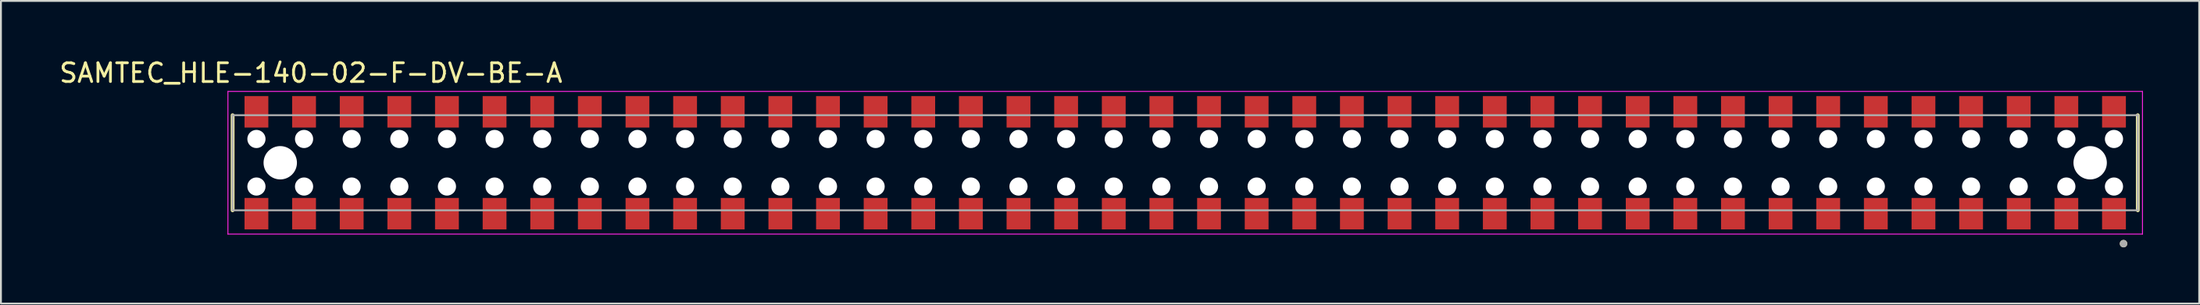
<source format=kicad_pcb>
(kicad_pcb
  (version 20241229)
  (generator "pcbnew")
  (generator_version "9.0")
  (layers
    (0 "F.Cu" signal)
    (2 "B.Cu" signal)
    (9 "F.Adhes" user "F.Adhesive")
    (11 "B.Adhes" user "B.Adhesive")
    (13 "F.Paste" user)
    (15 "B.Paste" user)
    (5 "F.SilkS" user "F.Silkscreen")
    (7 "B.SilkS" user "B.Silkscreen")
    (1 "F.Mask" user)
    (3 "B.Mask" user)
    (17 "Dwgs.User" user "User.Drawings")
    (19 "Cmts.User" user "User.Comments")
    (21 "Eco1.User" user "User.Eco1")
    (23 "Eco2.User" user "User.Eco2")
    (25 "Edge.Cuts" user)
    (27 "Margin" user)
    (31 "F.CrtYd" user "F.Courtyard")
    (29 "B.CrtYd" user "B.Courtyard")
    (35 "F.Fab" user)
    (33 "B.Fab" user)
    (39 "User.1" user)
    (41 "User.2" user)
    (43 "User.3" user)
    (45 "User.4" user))
  (footprint "SAMTEC_HLE-140-02-F-DV-BE-A"
    (layer "F.Cu")
    (at 60.155 5.643)
    (property "Reference" "SAMTEC_HLE-140-02-F-DV-BE-A" (at -46.625 -4.795 0) (layer "F.SilkS") (effects (font (size 1 1) (thickness 0.15))))
    (attr through_hole)
    (fp_line (start -50.8 2.54) (end -50.8 -2.54) (stroke (width 0.2) (type solid)) (layer "F.SilkS"))
    (fp_line (start 50.8 2.54) (end 50.8 -2.54) (stroke (width 0.2) (type solid)) (layer "F.SilkS"))
    (fp_circle (center 50.04 4.32) (end 50.14 4.32) (stroke (width 0.2) (type solid)) (fill no) (layer "F.SilkS"))
    (fp_line (start -51.05 -3.81) (end 51.05 -3.81) (stroke (width 0.05) (type solid)) (layer "F.CrtYd"))
    (fp_line (start -51.05 3.81) (end -51.05 -3.81) (stroke (width 0.05) (type solid)) (layer "F.CrtYd"))
    (fp_line (start 51.05 -3.81) (end 51.05 3.81) (stroke (width 0.05) (type solid)) (layer "F.CrtYd"))
    (fp_line (start 51.05 3.81) (end -51.05 3.81) (stroke (width 0.05) (type solid)) (layer "F.CrtYd"))
    (fp_line (start -50.8 -2.54) (end 50.8 -2.54) (stroke (width 0.1) (type solid)) (layer "F.Fab"))
    (fp_line (start -50.8 2.54) (end -50.8 -2.54) (stroke (width 0.1) (type solid)) (layer "F.Fab"))
    (fp_line (start 50.8 -2.54) (end 50.8 2.54) (stroke (width 0.1) (type solid)) (layer "F.Fab"))
    (fp_line (start 50.8 2.54) (end -50.8 2.54) (stroke (width 0.1) (type solid)) (layer "F.Fab"))
    (fp_circle (center 50.04 4.32) (end 50.14 4.32) (stroke (width 0.2) (type solid)) (fill no) (layer "F.Fab"))
    (pad "" np_thru_hole circle (at -49.53 -1.27) (size 0.97 0.97) (drill 0.97) (layers "*.Cu" "*.Mask"))
    (pad "" np_thru_hole circle (at -49.53 1.27) (size 0.97 0.97) (drill 0.97) (layers "*.Cu" "*.Mask"))
    (pad "" np_thru_hole circle (at -48.26 0) (size 1.78 1.78) (drill 1.78) (layers "*.Cu" "*.Mask"))
    (pad "" np_thru_hole circle (at -46.99 -1.27) (size 0.97 0.97) (drill 0.97) (layers "*.Cu" "*.Mask"))
    (pad "" np_thru_hole circle (at -46.99 1.27) (size 0.97 0.97) (drill 0.97) (layers "*.Cu" "*.Mask"))
    (pad "" np_thru_hole circle (at -44.45 -1.27) (size 0.97 0.97) (drill 0.97) (layers "*.Cu" "*.Mask"))
    (pad "" np_thru_hole circle (at -44.45 1.27) (size 0.97 0.97) (drill 0.97) (layers "*.Cu" "*.Mask"))
    (pad "" np_thru_hole circle (at -41.91 -1.27) (size 0.97 0.97) (drill 0.97) (layers "*.Cu" "*.Mask"))
    (pad "" np_thru_hole circle (at -41.91 1.27) (size 0.97 0.97) (drill 0.97) (layers "*.Cu" "*.Mask"))
    (pad "" np_thru_hole circle (at -39.37 -1.27) (size 0.97 0.97) (drill 0.97) (layers "*.Cu" "*.Mask"))
    (pad "" np_thru_hole circle (at -39.37 1.27) (size 0.97 0.97) (drill 0.97) (layers "*.Cu" "*.Mask"))
    (pad "" np_thru_hole circle (at -36.83 -1.27) (size 0.97 0.97) (drill 0.97) (layers "*.Cu" "*.Mask"))
    (pad "" np_thru_hole circle (at -36.83 1.27) (size 0.97 0.97) (drill 0.97) (layers "*.Cu" "*.Mask"))
    (pad "" np_thru_hole circle (at -34.29 -1.27) (size 0.97 0.97) (drill 0.97) (layers "*.Cu" "*.Mask"))
    (pad "" np_thru_hole circle (at -34.29 1.27) (size 0.97 0.97) (drill 0.97) (layers "*.Cu" "*.Mask"))
    (pad "" np_thru_hole circle (at -31.75 -1.27) (size 0.97 0.97) (drill 0.97) (layers "*.Cu" "*.Mask"))
    (pad "" np_thru_hole circle (at -31.75 1.27) (size 0.97 0.97) (drill 0.97) (layers "*.Cu" "*.Mask"))
    (pad "" np_thru_hole circle (at -29.21 -1.27) (size 0.97 0.97) (drill 0.97) (layers "*.Cu" "*.Mask"))
    (pad "" np_thru_hole circle (at -29.21 1.27) (size 0.97 0.97) (drill 0.97) (layers "*.Cu" "*.Mask"))
    (pad "" np_thru_hole circle (at -26.67 -1.27) (size 0.97 0.97) (drill 0.97) (layers "*.Cu" "*.Mask"))
    (pad "" np_thru_hole circle (at -26.67 1.27) (size 0.97 0.97) (drill 0.97) (layers "*.Cu" "*.Mask"))
    (pad "" np_thru_hole circle (at -24.13 -1.27) (size 0.97 0.97) (drill 0.97) (layers "*.Cu" "*.Mask"))
    (pad "" np_thru_hole circle (at -24.13 1.27) (size 0.97 0.97) (drill 0.97) (layers "*.Cu" "*.Mask"))
    (pad "" np_thru_hole circle (at -21.59 -1.27) (size 0.97 0.97) (drill 0.97) (layers "*.Cu" "*.Mask"))
    (pad "" np_thru_hole circle (at -21.59 1.27) (size 0.97 0.97) (drill 0.97) (layers "*.Cu" "*.Mask"))
    (pad "" np_thru_hole circle (at -19.05 -1.27) (size 0.97 0.97) (drill 0.97) (layers "*.Cu" "*.Mask"))
    (pad "" np_thru_hole circle (at -19.05 1.27) (size 0.97 0.97) (drill 0.97) (layers "*.Cu" "*.Mask"))
    (pad "" np_thru_hole circle (at -16.51 -1.27) (size 0.97 0.97) (drill 0.97) (layers "*.Cu" "*.Mask"))
    (pad "" np_thru_hole circle (at -16.51 1.27) (size 0.97 0.97) (drill 0.97) (layers "*.Cu" "*.Mask"))
    (pad "" np_thru_hole circle (at -13.97 -1.27) (size 0.97 0.97) (drill 0.97) (layers "*.Cu" "*.Mask"))
    (pad "" np_thru_hole circle (at -13.97 1.27) (size 0.97 0.97) (drill 0.97) (layers "*.Cu" "*.Mask"))
    (pad "" np_thru_hole circle (at -11.43 -1.27) (size 0.97 0.97) (drill 0.97) (layers "*.Cu" "*.Mask"))
    (pad "" np_thru_hole circle (at -11.43 1.27) (size 0.97 0.97) (drill 0.97) (layers "*.Cu" "*.Mask"))
    (pad "" np_thru_hole circle (at -8.89 -1.27) (size 0.97 0.97) (drill 0.97) (layers "*.Cu" "*.Mask"))
    (pad "" np_thru_hole circle (at -8.89 1.27) (size 0.97 0.97) (drill 0.97) (layers "*.Cu" "*.Mask"))
    (pad "" np_thru_hole circle (at -6.35 -1.27) (size 0.97 0.97) (drill 0.97) (layers "*.Cu" "*.Mask"))
    (pad "" np_thru_hole circle (at -6.35 1.27) (size 0.97 0.97) (drill 0.97) (layers "*.Cu" "*.Mask"))
    (pad "" np_thru_hole circle (at -3.81 -1.27) (size 0.97 0.97) (drill 0.97) (layers "*.Cu" "*.Mask"))
    (pad "" np_thru_hole circle (at -3.81 1.27) (size 0.97 0.97) (drill 0.97) (layers "*.Cu" "*.Mask"))
    (pad "" np_thru_hole circle (at -1.27 -1.27) (size 0.97 0.97) (drill 0.97) (layers "*.Cu" "*.Mask"))
    (pad "" np_thru_hole circle (at -1.27 1.27) (size 0.97 0.97) (drill 0.97) (layers "*.Cu" "*.Mask"))
    (pad "" np_thru_hole circle (at 1.27 -1.27) (size 0.97 0.97) (drill 0.97) (layers "*.Cu" "*.Mask"))
    (pad "" np_thru_hole circle (at 1.27 1.27) (size 0.97 0.97) (drill 0.97) (layers "*.Cu" "*.Mask"))
    (pad "" np_thru_hole circle (at 3.81 -1.27) (size 0.97 0.97) (drill 0.97) (layers "*.Cu" "*.Mask"))
    (pad "" np_thru_hole circle (at 3.81 1.27) (size 0.97 0.97) (drill 0.97) (layers "*.Cu" "*.Mask"))
    (pad "" np_thru_hole circle (at 6.35 -1.27) (size 0.97 0.97) (drill 0.97) (layers "*.Cu" "*.Mask"))
    (pad "" np_thru_hole circle (at 6.35 1.27) (size 0.97 0.97) (drill 0.97) (layers "*.Cu" "*.Mask"))
    (pad "" np_thru_hole circle (at 8.89 -1.27) (size 0.97 0.97) (drill 0.97) (layers "*.Cu" "*.Mask"))
    (pad "" np_thru_hole circle (at 8.89 1.27) (size 0.97 0.97) (drill 0.97) (layers "*.Cu" "*.Mask"))
    (pad "" np_thru_hole circle (at 11.43 -1.27) (size 0.97 0.97) (drill 0.97) (layers "*.Cu" "*.Mask"))
    (pad "" np_thru_hole circle (at 11.43 1.27) (size 0.97 0.97) (drill 0.97) (layers "*.Cu" "*.Mask"))
    (pad "" np_thru_hole circle (at 13.97 -1.27) (size 0.97 0.97) (drill 0.97) (layers "*.Cu" "*.Mask"))
    (pad "" np_thru_hole circle (at 13.97 1.27) (size 0.97 0.97) (drill 0.97) (layers "*.Cu" "*.Mask"))
    (pad "" np_thru_hole circle (at 16.51 -1.27) (size 0.97 0.97) (drill 0.97) (layers "*.Cu" "*.Mask"))
    (pad "" np_thru_hole circle (at 16.51 1.27) (size 0.97 0.97) (drill 0.97) (layers "*.Cu" "*.Mask"))
    (pad "" np_thru_hole circle (at 19.05 -1.27) (size 0.97 0.97) (drill 0.97) (layers "*.Cu" "*.Mask"))
    (pad "" np_thru_hole circle (at 19.05 1.27) (size 0.97 0.97) (drill 0.97) (layers "*.Cu" "*.Mask"))
    (pad "" np_thru_hole circle (at 21.59 -1.27) (size 0.97 0.97) (drill 0.97) (layers "*.Cu" "*.Mask"))
    (pad "" np_thru_hole circle (at 21.59 1.27) (size 0.97 0.97) (drill 0.97) (layers "*.Cu" "*.Mask"))
    (pad "" np_thru_hole circle (at 24.13 -1.27) (size 0.97 0.97) (drill 0.97) (layers "*.Cu" "*.Mask"))
    (pad "" np_thru_hole circle (at 24.13 1.27) (size 0.97 0.97) (drill 0.97) (layers "*.Cu" "*.Mask"))
    (pad "" np_thru_hole circle (at 26.67 -1.27) (size 0.97 0.97) (drill 0.97) (layers "*.Cu" "*.Mask"))
    (pad "" np_thru_hole circle (at 26.67 1.27) (size 0.97 0.97) (drill 0.97) (layers "*.Cu" "*.Mask"))
    (pad "" np_thru_hole circle (at 29.21 -1.27) (size 0.97 0.97) (drill 0.97) (layers "*.Cu" "*.Mask"))
    (pad "" np_thru_hole circle (at 29.21 1.27) (size 0.97 0.97) (drill 0.97) (layers "*.Cu" "*.Mask"))
    (pad "" np_thru_hole circle (at 31.75 -1.27) (size 0.97 0.97) (drill 0.97) (layers "*.Cu" "*.Mask"))
    (pad "" np_thru_hole circle (at 31.75 1.27) (size 0.97 0.97) (drill 0.97) (layers "*.Cu" "*.Mask"))
    (pad "" np_thru_hole circle (at 34.29 -1.27) (size 0.97 0.97) (drill 0.97) (layers "*.Cu" "*.Mask"))
    (pad "" np_thru_hole circle (at 34.29 1.27) (size 0.97 0.97) (drill 0.97) (layers "*.Cu" "*.Mask"))
    (pad "" np_thru_hole circle (at 36.83 -1.27) (size 0.97 0.97) (drill 0.97) (layers "*.Cu" "*.Mask"))
    (pad "" np_thru_hole circle (at 36.83 1.27) (size 0.97 0.97) (drill 0.97) (layers "*.Cu" "*.Mask"))
    (pad "" np_thru_hole circle (at 39.37 -1.27) (size 0.97 0.97) (drill 0.97) (layers "*.Cu" "*.Mask"))
    (pad "" np_thru_hole circle (at 39.37 1.27) (size 0.97 0.97) (drill 0.97) (layers "*.Cu" "*.Mask"))
    (pad "" np_thru_hole circle (at 41.91 -1.27) (size 0.97 0.97) (drill 0.97) (layers "*.Cu" "*.Mask"))
    (pad "" np_thru_hole circle (at 41.91 1.27) (size 0.97 0.97) (drill 0.97) (layers "*.Cu" "*.Mask"))
    (pad "" np_thru_hole circle (at 44.45 -1.27) (size 0.97 0.97) (drill 0.97) (layers "*.Cu" "*.Mask"))
    (pad "" np_thru_hole circle (at 44.45 1.27) (size 0.97 0.97) (drill 0.97) (layers "*.Cu" "*.Mask"))
    (pad "" np_thru_hole circle (at 46.99 -1.27) (size 0.97 0.97) (drill 0.97) (layers "*.Cu" "*.Mask"))
    (pad "" np_thru_hole circle (at 46.99 1.27) (size 0.97 0.97) (drill 0.97) (layers "*.Cu" "*.Mask"))
    (pad "" np_thru_hole circle (at 48.26 0) (size 1.78 1.78) (drill 1.78) (layers "*.Cu" "*.Mask"))
    (pad "" np_thru_hole circle (at 49.53 -1.27) (size 0.97 0.97) (drill 0.97) (layers "*.Cu" "*.Mask"))
    (pad "" np_thru_hole circle (at 49.53 1.27) (size 0.97 0.97) (drill 0.97) (layers "*.Cu" "*.Mask"))
    (pad "01" smd rect (at 49.53 2.72) (size 1.27 1.68) (layers "F.Cu" "F.Mask" "F.Paste"))
    (pad "02" smd rect (at 49.53 -2.72) (size 1.27 1.68) (layers "F.Cu" "F.Mask" "F.Paste"))
    (pad "03" smd rect (at 46.99 2.72) (size 1.27 1.68) (layers "F.Cu" "F.Mask" "F.Paste"))
    (pad "04" smd rect (at 46.99 -2.72) (size 1.27 1.68) (layers "F.Cu" "F.Mask" "F.Paste"))
    (pad "05" smd rect (at 44.45 2.72) (size 1.27 1.68) (layers "F.Cu" "F.Mask" "F.Paste"))
    (pad "06" smd rect (at 44.45 -2.72) (size 1.27 1.68) (layers "F.Cu" "F.Mask" "F.Paste"))
    (pad "07" smd rect (at 41.91 2.72) (size 1.27 1.68) (layers "F.Cu" "F.Mask" "F.Paste"))
    (pad "08" smd rect (at 41.91 -2.72) (size 1.27 1.68) (layers "F.Cu" "F.Mask" "F.Paste"))
    (pad "09" smd rect (at 39.37 2.72) (size 1.27 1.68) (layers "F.Cu" "F.Mask" "F.Paste"))
    (pad "10" smd rect (at 39.37 -2.72) (size 1.27 1.68) (layers "F.Cu" "F.Mask" "F.Paste"))
    (pad "11" smd rect (at 36.83 2.72) (size 1.27 1.68) (layers "F.Cu" "F.Mask" "F.Paste"))
    (pad "12" smd rect (at 36.83 -2.72) (size 1.27 1.68) (layers "F.Cu" "F.Mask" "F.Paste"))
    (pad "13" smd rect (at 34.29 2.72) (size 1.27 1.68) (layers "F.Cu" "F.Mask" "F.Paste"))
    (pad "14" smd rect (at 34.29 -2.72) (size 1.27 1.68) (layers "F.Cu" "F.Mask" "F.Paste"))
    (pad "15" smd rect (at 31.75 2.72) (size 1.27 1.68) (layers "F.Cu" "F.Mask" "F.Paste"))
    (pad "16" smd rect (at 31.75 -2.72) (size 1.27 1.68) (layers "F.Cu" "F.Mask" "F.Paste"))
    (pad "17" smd rect (at 29.21 2.72) (size 1.27 1.68) (layers "F.Cu" "F.Mask" "F.Paste"))
    (pad "18" smd rect (at 29.21 -2.72) (size 1.27 1.68) (layers "F.Cu" "F.Mask" "F.Paste"))
    (pad "19" smd rect (at 26.67 2.72) (size 1.27 1.68) (layers "F.Cu" "F.Mask" "F.Paste"))
    (pad "20" smd rect (at 26.67 -2.72) (size 1.27 1.68) (layers "F.Cu" "F.Mask" "F.Paste"))
    (pad "21" smd rect (at 24.13 2.72) (size 1.27 1.68) (layers "F.Cu" "F.Mask" "F.Paste"))
    (pad "22" smd rect (at 24.13 -2.72) (size 1.27 1.68) (layers "F.Cu" "F.Mask" "F.Paste"))
    (pad "23" smd rect (at 21.59 2.72) (size 1.27 1.68) (layers "F.Cu" "F.Mask" "F.Paste"))
    (pad "24" smd rect (at 21.59 -2.72) (size 1.27 1.68) (layers "F.Cu" "F.Mask" "F.Paste"))
    (pad "25" smd rect (at 19.05 2.72) (size 1.27 1.68) (layers "F.Cu" "F.Mask" "F.Paste"))
    (pad "26" smd rect (at 19.05 -2.72) (size 1.27 1.68) (layers "F.Cu" "F.Mask" "F.Paste"))
    (pad "27" smd rect (at 16.51 2.72) (size 1.27 1.68) (layers "F.Cu" "F.Mask" "F.Paste"))
    (pad "28" smd rect (at 16.51 -2.72) (size 1.27 1.68) (layers "F.Cu" "F.Mask" "F.Paste"))
    (pad "29" smd rect (at 13.97 2.72) (size 1.27 1.68) (layers "F.Cu" "F.Mask" "F.Paste"))
    (pad "30" smd rect (at 13.97 -2.72) (size 1.27 1.68) (layers "F.Cu" "F.Mask" "F.Paste"))
    (pad "31" smd rect (at 11.43 2.72) (size 1.27 1.68) (layers "F.Cu" "F.Mask" "F.Paste"))
    (pad "32" smd rect (at 11.43 -2.72) (size 1.27 1.68) (layers "F.Cu" "F.Mask" "F.Paste"))
    (pad "33" smd rect (at 8.89 2.72) (size 1.27 1.68) (layers "F.Cu" "F.Mask" "F.Paste"))
    (pad "34" smd rect (at 8.89 -2.72) (size 1.27 1.68) (layers "F.Cu" "F.Mask" "F.Paste"))
    (pad "35" smd rect (at 6.35 2.72) (size 1.27 1.68) (layers "F.Cu" "F.Mask" "F.Paste"))
    (pad "36" smd rect (at 6.35 -2.72) (size 1.27 1.68) (layers "F.Cu" "F.Mask" "F.Paste"))
    (pad "37" smd rect (at 3.81 2.72) (size 1.27 1.68) (layers "F.Cu" "F.Mask" "F.Paste"))
    (pad "38" smd rect (at 3.81 -2.72) (size 1.27 1.68) (layers "F.Cu" "F.Mask" "F.Paste"))
    (pad "39" smd rect (at 1.27 2.72) (size 1.27 1.68) (layers "F.Cu" "F.Mask" "F.Paste"))
    (pad "40" smd rect (at 1.27 -2.72) (size 1.27 1.68) (layers "F.Cu" "F.Mask" "F.Paste"))
    (pad "41" smd rect (at -1.27 2.72) (size 1.27 1.68) (layers "F.Cu" "F.Mask" "F.Paste"))
    (pad "42" smd rect (at -1.27 -2.72) (size 1.27 1.68) (layers "F.Cu" "F.Mask" "F.Paste"))
    (pad "43" smd rect (at -3.81 2.72) (size 1.27 1.68) (layers "F.Cu" "F.Mask" "F.Paste"))
    (pad "44" smd rect (at -3.81 -2.72) (size 1.27 1.68) (layers "F.Cu" "F.Mask" "F.Paste"))
    (pad "45" smd rect (at -6.35 2.72) (size 1.27 1.68) (layers "F.Cu" "F.Mask" "F.Paste"))
    (pad "46" smd rect (at -6.35 -2.72) (size 1.27 1.68) (layers "F.Cu" "F.Mask" "F.Paste"))
    (pad "47" smd rect (at -8.89 2.72) (size 1.27 1.68) (layers "F.Cu" "F.Mask" "F.Paste"))
    (pad "48" smd rect (at -8.89 -2.72) (size 1.27 1.68) (layers "F.Cu" "F.Mask" "F.Paste"))
    (pad "49" smd rect (at -11.43 2.72) (size 1.27 1.68) (layers "F.Cu" "F.Mask" "F.Paste"))
    (pad "50" smd rect (at -11.43 -2.72) (size 1.27 1.68) (layers "F.Cu" "F.Mask" "F.Paste"))
    (pad "51" smd rect (at -13.97 2.72) (size 1.27 1.68) (layers "F.Cu" "F.Mask" "F.Paste"))
    (pad "52" smd rect (at -13.97 -2.72) (size 1.27 1.68) (layers "F.Cu" "F.Mask" "F.Paste"))
    (pad "53" smd rect (at -16.51 2.72) (size 1.27 1.68) (layers "F.Cu" "F.Mask" "F.Paste"))
    (pad "54" smd rect (at -16.51 -2.72) (size 1.27 1.68) (layers "F.Cu" "F.Mask" "F.Paste"))
    (pad "55" smd rect (at -19.05 2.72) (size 1.27 1.68) (layers "F.Cu" "F.Mask" "F.Paste"))
    (pad "56" smd rect (at -19.05 -2.72) (size 1.27 1.68) (layers "F.Cu" "F.Mask" "F.Paste"))
    (pad "57" smd rect (at -21.59 2.72) (size 1.27 1.68) (layers "F.Cu" "F.Mask" "F.Paste"))
    (pad "58" smd rect (at -21.59 -2.72) (size 1.27 1.68) (layers "F.Cu" "F.Mask" "F.Paste"))
    (pad "59" smd rect (at -24.13 2.72) (size 1.27 1.68) (layers "F.Cu" "F.Mask" "F.Paste"))
    (pad "60" smd rect (at -24.13 -2.72) (size 1.27 1.68) (layers "F.Cu" "F.Mask" "F.Paste"))
    (pad "61" smd rect (at -26.67 2.72) (size 1.27 1.68) (layers "F.Cu" "F.Mask" "F.Paste"))
    (pad "62" smd rect (at -26.67 -2.72) (size 1.27 1.68) (layers "F.Cu" "F.Mask" "F.Paste"))
    (pad "63" smd rect (at -29.21 2.72) (size 1.27 1.68) (layers "F.Cu" "F.Mask" "F.Paste"))
    (pad "64" smd rect (at -29.21 -2.72) (size 1.27 1.68) (layers "F.Cu" "F.Mask" "F.Paste"))
    (pad "65" smd rect (at -31.75 2.72) (size 1.27 1.68) (layers "F.Cu" "F.Mask" "F.Paste"))
    (pad "66" smd rect (at -31.75 -2.72) (size 1.27 1.68) (layers "F.Cu" "F.Mask" "F.Paste"))
    (pad "67" smd rect (at -34.29 2.72) (size 1.27 1.68) (layers "F.Cu" "F.Mask" "F.Paste"))
    (pad "68" smd rect (at -34.29 -2.72) (size 1.27 1.68) (layers "F.Cu" "F.Mask" "F.Paste"))
    (pad "69" smd rect (at -36.83 2.72) (size 1.27 1.68) (layers "F.Cu" "F.Mask" "F.Paste"))
    (pad "70" smd rect (at -36.83 -2.72) (size 1.27 1.68) (layers "F.Cu" "F.Mask" "F.Paste"))
    (pad "71" smd rect (at -39.37 2.72) (size 1.27 1.68) (layers "F.Cu" "F.Mask" "F.Paste"))
    (pad "72" smd rect (at -39.37 -2.72) (size 1.27 1.68) (layers "F.Cu" "F.Mask" "F.Paste"))
    (pad "73" smd rect (at -41.91 2.72) (size 1.27 1.68) (layers "F.Cu" "F.Mask" "F.Paste"))
    (pad "74" smd rect (at -41.91 -2.72) (size 1.27 1.68) (layers "F.Cu" "F.Mask" "F.Paste"))
    (pad "75" smd rect (at -44.45 2.72) (size 1.27 1.68) (layers "F.Cu" "F.Mask" "F.Paste"))
    (pad "76" smd rect (at -44.45 -2.72) (size 1.27 1.68) (layers "F.Cu" "F.Mask" "F.Paste"))
    (pad "77" smd rect (at -46.99 2.72) (size 1.27 1.68) (layers "F.Cu" "F.Mask" "F.Paste"))
    (pad "78" smd rect (at -46.99 -2.72) (size 1.27 1.68) (layers "F.Cu" "F.Mask" "F.Paste"))
    (pad "79" smd rect (at -49.53 2.72) (size 1.27 1.68) (layers "F.Cu" "F.Mask" "F.Paste"))
    (pad "80" smd rect (at -49.53 -2.72) (size 1.27 1.68) (layers "F.Cu" "F.Mask" "F.Paste")))
  (gr_rect
    (start -3 -3)
    (end 114.23 13.163)
    (stroke (width 0.1) (type default))
    (fill no)
    (layer "Edge.Cuts")))
</source>
